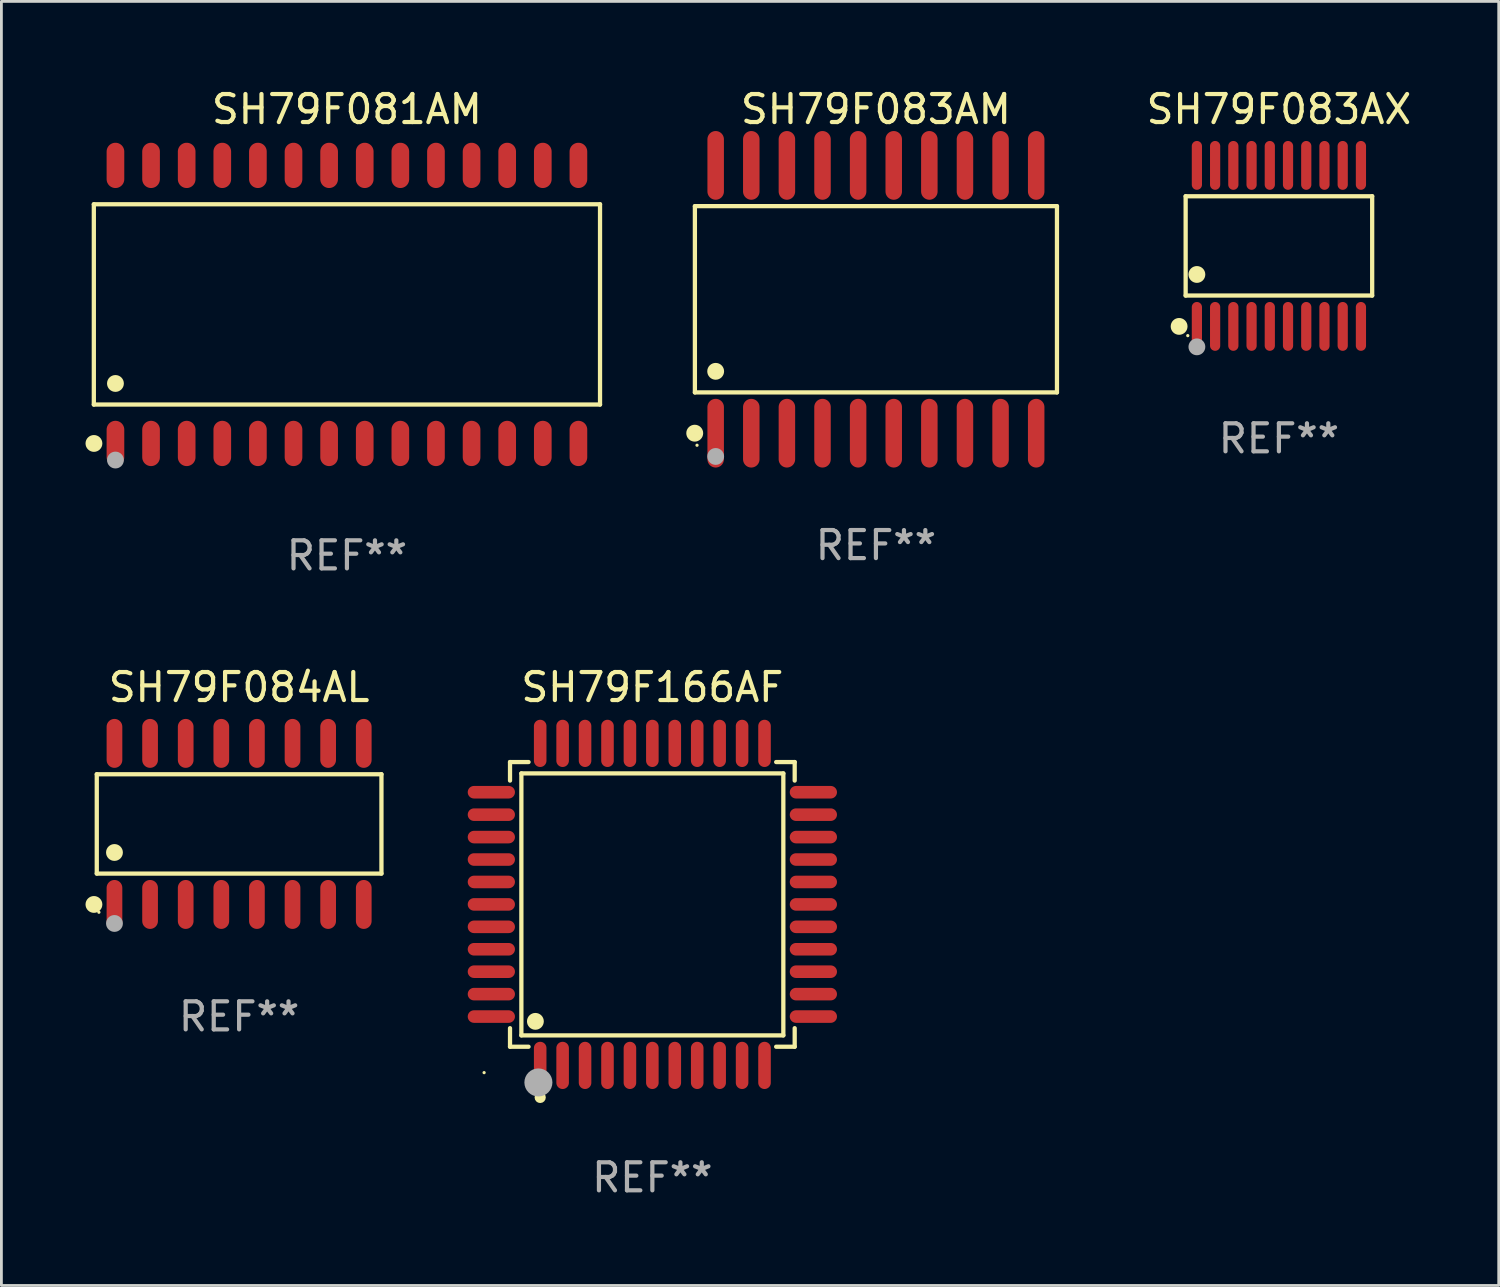
<source format=kicad_pcb>
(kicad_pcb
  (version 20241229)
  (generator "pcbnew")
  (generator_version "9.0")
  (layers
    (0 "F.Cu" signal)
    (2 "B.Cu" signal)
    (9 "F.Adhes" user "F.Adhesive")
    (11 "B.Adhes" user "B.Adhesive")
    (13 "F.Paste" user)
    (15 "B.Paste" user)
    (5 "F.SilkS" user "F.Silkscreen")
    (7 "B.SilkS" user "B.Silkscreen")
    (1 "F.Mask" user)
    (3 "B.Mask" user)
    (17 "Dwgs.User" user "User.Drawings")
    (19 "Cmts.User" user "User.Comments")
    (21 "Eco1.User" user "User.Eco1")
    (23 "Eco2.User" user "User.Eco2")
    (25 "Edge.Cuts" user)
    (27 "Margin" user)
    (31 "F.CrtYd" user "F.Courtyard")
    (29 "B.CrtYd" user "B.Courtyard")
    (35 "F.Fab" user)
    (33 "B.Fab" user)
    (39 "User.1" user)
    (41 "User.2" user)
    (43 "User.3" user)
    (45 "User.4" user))
  (footprint "SH79F081AM"
    (layer "F.Cu")
    (at 9.322 7.806)
    (property "Reference" "SH79F081AM" (at 0 -6.958 0) (layer "F.SilkS") (effects (font (size 1 1) (thickness 0.15))))
    (attr through_hole)
    (fp_line (start -9.026 -3.571) (end 9.026 -3.571) (stroke (width 0.152) (type solid)) (layer "F.SilkS"))
    (fp_line (start -9.026 3.571) (end -9.026 -3.571) (stroke (width 0.152) (type solid)) (layer "F.SilkS"))
    (fp_line (start 9.026 -3.571) (end 9.026 3.571) (stroke (width 0.152) (type solid)) (layer "F.SilkS"))
    (fp_line (start 9.026 3.571) (end -9.026 3.571) (stroke (width 0.152) (type solid)) (layer "F.SilkS"))
    (fp_circle (center -9.022 4.958) (end -8.872 4.958) (stroke (width 0.3) (type solid)) (fill no) (layer "F.SilkS"))
    (fp_circle (center -8.95 5.15) (end -8.92 5.15) (stroke (width 0.06) (type solid)) (fill no) (layer "F.SilkS"))
    (fp_circle (center -8.255 2.819) (end -8.105 2.819) (stroke (width 0.3) (type solid)) (fill no) (layer "F.SilkS"))
    (fp_circle (center -8.255 5.55) (end -8.105 5.55) (stroke (width 0.3) (type solid)) (fill no) (layer "F.Fab"))
    (fp_text user "REF**" (at 0 8.958 0) (layer "F.Fab") (effects (font (size 1 1) (thickness 0.15))))
    (pad "1" smd oval (at -8.255 4.958) (size 0.63 1.615) (layers "F.Cu" "F.Mask" "F.Paste"))
    (pad "2" smd oval (at -6.985 4.958) (size 0.63 1.615) (layers "F.Cu" "F.Mask" "F.Paste"))
    (pad "3" smd oval (at -5.715 4.958) (size 0.63 1.615) (layers "F.Cu" "F.Mask" "F.Paste"))
    (pad "4" smd oval (at -4.445 4.958) (size 0.63 1.615) (layers "F.Cu" "F.Mask" "F.Paste"))
    (pad "5" smd oval (at -3.175 4.958) (size 0.63 1.615) (layers "F.Cu" "F.Mask" "F.Paste"))
    (pad "6" smd oval (at -1.905 4.958) (size 0.63 1.615) (layers "F.Cu" "F.Mask" "F.Paste"))
    (pad "7" smd oval (at -0.635 4.958) (size 0.63 1.615) (layers "F.Cu" "F.Mask" "F.Paste"))
    (pad "8" smd oval (at 0.635 4.958) (size 0.63 1.615) (layers "F.Cu" "F.Mask" "F.Paste"))
    (pad "9" smd oval (at 1.905 4.958) (size 0.63 1.615) (layers "F.Cu" "F.Mask" "F.Paste"))
    (pad "10" smd oval (at 3.175 4.958) (size 0.63 1.615) (layers "F.Cu" "F.Mask" "F.Paste"))
    (pad "11" smd oval (at 4.445 4.958) (size 0.63 1.615) (layers "F.Cu" "F.Mask" "F.Paste"))
    (pad "12" smd oval (at 5.715 4.958) (size 0.63 1.615) (layers "F.Cu" "F.Mask" "F.Paste"))
    (pad "13" smd oval (at 6.985 4.958) (size 0.63 1.615) (layers "F.Cu" "F.Mask" "F.Paste"))
    (pad "14" smd oval (at 8.255 4.958) (size 0.63 1.615) (layers "F.Cu" "F.Mask" "F.Paste"))
    (pad "15" smd oval (at 8.255 -4.958) (size 0.63 1.615) (layers "F.Cu" "F.Mask" "F.Paste"))
    (pad "16" smd oval (at 6.985 -4.958) (size 0.63 1.615) (layers "F.Cu" "F.Mask" "F.Paste"))
    (pad "17" smd oval (at 5.715 -4.958) (size 0.63 1.615) (layers "F.Cu" "F.Mask" "F.Paste"))
    (pad "18" smd oval (at 4.445 -4.958) (size 0.63 1.615) (layers "F.Cu" "F.Mask" "F.Paste"))
    (pad "19" smd oval (at 3.175 -4.958) (size 0.63 1.615) (layers "F.Cu" "F.Mask" "F.Paste"))
    (pad "20" smd oval (at 1.905 -4.958) (size 0.63 1.615) (layers "F.Cu" "F.Mask" "F.Paste"))
    (pad "21" smd oval (at 0.635 -4.958) (size 0.63 1.615) (layers "F.Cu" "F.Mask" "F.Paste"))
    (pad "22" smd oval (at -0.635 -4.958) (size 0.63 1.615) (layers "F.Cu" "F.Mask" "F.Paste"))
    (pad "23" smd oval (at -1.905 -4.958) (size 0.63 1.615) (layers "F.Cu" "F.Mask" "F.Paste"))
    (pad "24" smd oval (at -3.175 -4.958) (size 0.63 1.615) (layers "F.Cu" "F.Mask" "F.Paste"))
    (pad "25" smd oval (at -4.445 -4.958) (size 0.63 1.615) (layers "F.Cu" "F.Mask" "F.Paste"))
    (pad "26" smd oval (at -5.715 -4.958) (size 0.63 1.615) (layers "F.Cu" "F.Mask" "F.Paste"))
    (pad "27" smd oval (at -6.985 -4.958) (size 0.63 1.615) (layers "F.Cu" "F.Mask" "F.Paste"))
    (pad "28" smd oval (at -8.255 -4.958) (size 0.63 1.615) (layers "F.Cu" "F.Mask" "F.Paste")))
  (footprint "SH79F083AM"
    (layer "F.Cu")
    (at 28.187 7.623)
    (property "Reference" "SH79F083AM" (at 0 -6.775 0) (layer "F.SilkS") (effects (font (size 1 1) (thickness 0.15))))
    (attr through_hole)
    (fp_line (start -6.456 -3.321) (end 6.456 -3.321) (stroke (width 0.152) (type solid)) (layer "F.SilkS"))
    (fp_line (start -6.456 3.321) (end -6.456 -3.321) (stroke (width 0.152) (type solid)) (layer "F.SilkS"))
    (fp_line (start 6.456 -3.321) (end 6.456 3.321) (stroke (width 0.152) (type solid)) (layer "F.SilkS"))
    (fp_line (start 6.456 3.321) (end -6.456 3.321) (stroke (width 0.152) (type solid)) (layer "F.SilkS"))
    (fp_circle (center -6.462 4.775) (end -6.311 4.775) (stroke (width 0.3) (type solid)) (fill no) (layer "F.SilkS"))
    (fp_circle (center -6.38 5.205) (end -6.35 5.205) (stroke (width 0.06) (type solid)) (fill no) (layer "F.SilkS"))
    (fp_circle (center -5.715 2.569) (end -5.565 2.569) (stroke (width 0.3) (type solid)) (fill no) (layer "F.SilkS"))
    (fp_circle (center -5.715 5.605) (end -5.565 5.605) (stroke (width 0.3) (type solid)) (fill no) (layer "F.Fab"))
    (fp_text user "REF**" (at 0 8.775 0) (layer "F.Fab") (effects (font (size 1 1) (thickness 0.15))))
    (pad "1" smd oval (at -5.715 4.775) (size 0.588 2.45) (layers "F.Cu" "F.Mask" "F.Paste"))
    (pad "2" smd oval (at -4.445 4.775) (size 0.588 2.45) (layers "F.Cu" "F.Mask" "F.Paste"))
    (pad "3" smd oval (at -3.175 4.775) (size 0.588 2.45) (layers "F.Cu" "F.Mask" "F.Paste"))
    (pad "4" smd oval (at -1.905 4.775) (size 0.588 2.45) (layers "F.Cu" "F.Mask" "F.Paste"))
    (pad "5" smd oval (at -0.635 4.775) (size 0.588 2.45) (layers "F.Cu" "F.Mask" "F.Paste"))
    (pad "6" smd oval (at 0.635 4.775) (size 0.588 2.45) (layers "F.Cu" "F.Mask" "F.Paste"))
    (pad "7" smd oval (at 1.905 4.775) (size 0.588 2.45) (layers "F.Cu" "F.Mask" "F.Paste"))
    (pad "8" smd oval (at 3.175 4.775) (size 0.588 2.45) (layers "F.Cu" "F.Mask" "F.Paste"))
    (pad "9" smd oval (at 4.445 4.775) (size 0.588 2.45) (layers "F.Cu" "F.Mask" "F.Paste"))
    (pad "10" smd oval (at 5.715 4.775) (size 0.588 2.45) (layers "F.Cu" "F.Mask" "F.Paste"))
    (pad "11" smd oval (at 5.715 -4.775) (size 0.588 2.45) (layers "F.Cu" "F.Mask" "F.Paste"))
    (pad "12" smd oval (at 4.445 -4.775) (size 0.588 2.45) (layers "F.Cu" "F.Mask" "F.Paste"))
    (pad "13" smd oval (at 3.175 -4.775) (size 0.588 2.45) (layers "F.Cu" "F.Mask" "F.Paste"))
    (pad "14" smd oval (at 1.905 -4.775) (size 0.588 2.45) (layers "F.Cu" "F.Mask" "F.Paste"))
    (pad "15" smd oval (at 0.635 -4.775) (size 0.588 2.45) (layers "F.Cu" "F.Mask" "F.Paste"))
    (pad "16" smd oval (at -0.635 -4.775) (size 0.588 2.45) (layers "F.Cu" "F.Mask" "F.Paste"))
    (pad "17" smd oval (at -1.905 -4.775) (size 0.588 2.45) (layers "F.Cu" "F.Mask" "F.Paste"))
    (pad "18" smd oval (at -3.175 -4.775) (size 0.588 2.45) (layers "F.Cu" "F.Mask" "F.Paste"))
    (pad "19" smd oval (at -4.445 -4.775) (size 0.588 2.45) (layers "F.Cu" "F.Mask" "F.Paste"))
    (pad "20" smd oval (at -5.715 -4.775) (size 0.588 2.45) (layers "F.Cu" "F.Mask" "F.Paste")))
  (footprint "SH79F083AX"
    (layer "F.Cu")
    (at 42.558 5.719)
    (property "Reference" "SH79F083AX" (at 0 -4.871 0) (layer "F.SilkS") (effects (font (size 1 1) (thickness 0.15))))
    (attr through_hole)
    (fp_line (start -3.326 -1.771) (end 3.326 -1.771) (stroke (width 0.152) (type solid)) (layer "F.SilkS"))
    (fp_line (start -3.326 1.771) (end -3.326 -1.771) (stroke (width 0.152) (type solid)) (layer "F.SilkS"))
    (fp_line (start 3.326 -1.771) (end 3.326 1.771) (stroke (width 0.152) (type solid)) (layer "F.SilkS"))
    (fp_line (start 3.326 1.771) (end -3.326 1.771) (stroke (width 0.152) (type solid)) (layer "F.SilkS"))
    (fp_circle (center -3.559 2.871) (end -3.409 2.871) (stroke (width 0.3) (type solid)) (fill no) (layer "F.SilkS"))
    (fp_circle (center -3.25 3.2) (end -3.22 3.2) (stroke (width 0.06) (type solid)) (fill no) (layer "F.SilkS"))
    (fp_circle (center -2.925 1.019) (end -2.775 1.019) (stroke (width 0.3) (type solid)) (fill no) (layer "F.SilkS"))
    (fp_circle (center -2.925 3.6) (end -2.775 3.6) (stroke (width 0.3) (type solid)) (fill no) (layer "F.Fab"))
    (fp_text user "REF**" (at 0 6.871 0) (layer "F.Fab") (effects (font (size 1 1) (thickness 0.15))))
    (pad "1" smd oval (at -2.925 2.871) (size 0.364 1.742) (layers "F.Cu" "F.Mask" "F.Paste"))
    (pad "2" smd oval (at -2.275 2.871) (size 0.364 1.742) (layers "F.Cu" "F.Mask" "F.Paste"))
    (pad "3" smd oval (at -1.625 2.871) (size 0.364 1.742) (layers "F.Cu" "F.Mask" "F.Paste"))
    (pad "4" smd oval (at -0.975 2.871) (size 0.364 1.742) (layers "F.Cu" "F.Mask" "F.Paste"))
    (pad "5" smd oval (at -0.325 2.871) (size 0.364 1.742) (layers "F.Cu" "F.Mask" "F.Paste"))
    (pad "6" smd oval (at 0.325 2.871) (size 0.364 1.742) (layers "F.Cu" "F.Mask" "F.Paste"))
    (pad "7" smd oval (at 0.975 2.871) (size 0.364 1.742) (layers "F.Cu" "F.Mask" "F.Paste"))
    (pad "8" smd oval (at 1.625 2.871) (size 0.364 1.742) (layers "F.Cu" "F.Mask" "F.Paste"))
    (pad "9" smd oval (at 2.275 2.871) (size 0.364 1.742) (layers "F.Cu" "F.Mask" "F.Paste"))
    (pad "10" smd oval (at 2.925 2.871) (size 0.364 1.742) (layers "F.Cu" "F.Mask" "F.Paste"))
    (pad "11" smd oval (at 2.925 -2.871) (size 0.364 1.742) (layers "F.Cu" "F.Mask" "F.Paste"))
    (pad "12" smd oval (at 2.275 -2.871) (size 0.364 1.742) (layers "F.Cu" "F.Mask" "F.Paste"))
    (pad "13" smd oval (at 1.625 -2.871) (size 0.364 1.742) (layers "F.Cu" "F.Mask" "F.Paste"))
    (pad "14" smd oval (at 0.975 -2.871) (size 0.364 1.742) (layers "F.Cu" "F.Mask" "F.Paste"))
    (pad "15" smd oval (at 0.325 -2.871) (size 0.364 1.742) (layers "F.Cu" "F.Mask" "F.Paste"))
    (pad "16" smd oval (at -0.325 -2.871) (size 0.364 1.742) (layers "F.Cu" "F.Mask" "F.Paste"))
    (pad "17" smd oval (at -0.975 -2.871) (size 0.364 1.742) (layers "F.Cu" "F.Mask" "F.Paste"))
    (pad "18" smd oval (at -1.625 -2.871) (size 0.364 1.742) (layers "F.Cu" "F.Mask" "F.Paste"))
    (pad "19" smd oval (at -2.275 -2.871) (size 0.364 1.742) (layers "F.Cu" "F.Mask" "F.Paste"))
    (pad "20" smd oval (at -2.925 -2.871) (size 0.364 1.742) (layers "F.Cu" "F.Mask" "F.Paste")))
  (footprint "SH79F084AL"
    (layer "F.Cu")
    (at 5.477 26.332)
    (property "Reference" "SH79F084AL" (at 0 -4.872 0) (layer "F.SilkS") (effects (font (size 1 1) (thickness 0.15))))
    (attr through_hole)
    (fp_line (start -5.076 -1.771) (end 5.076 -1.771) (stroke (width 0.152) (type solid)) (layer "F.SilkS"))
    (fp_line (start -5.076 1.771) (end -5.076 -1.771) (stroke (width 0.152) (type solid)) (layer "F.SilkS"))
    (fp_line (start 5.076 -1.771) (end 5.076 1.771) (stroke (width 0.152) (type solid)) (layer "F.SilkS"))
    (fp_line (start 5.076 1.771) (end -5.076 1.771) (stroke (width 0.152) (type solid)) (layer "F.SilkS"))
    (fp_circle (center -5.177 2.872) (end -5.027 2.872) (stroke (width 0.3) (type solid)) (fill no) (layer "F.SilkS"))
    (fp_circle (center -5 3.15) (end -4.97 3.15) (stroke (width 0.06) (type solid)) (fill no) (layer "F.SilkS"))
    (fp_circle (center -4.445 1.019) (end -4.295 1.019) (stroke (width 0.3) (type solid)) (fill no) (layer "F.SilkS"))
    (fp_circle (center -4.445 3.55) (end -4.295 3.55) (stroke (width 0.3) (type solid)) (fill no) (layer "F.Fab"))
    (fp_text user "REF**" (at 0 6.872 0) (layer "F.Fab") (effects (font (size 1 1) (thickness 0.15))))
    (pad "1" smd oval (at -4.445 2.872) (size 0.56 1.745) (layers "F.Cu" "F.Mask" "F.Paste"))
    (pad "2" smd oval (at -3.175 2.872) (size 0.56 1.745) (layers "F.Cu" "F.Mask" "F.Paste"))
    (pad "3" smd oval (at -1.905 2.872) (size 0.56 1.745) (layers "F.Cu" "F.Mask" "F.Paste"))
    (pad "4" smd oval (at -0.635 2.872) (size 0.56 1.745) (layers "F.Cu" "F.Mask" "F.Paste"))
    (pad "5" smd oval (at 0.635 2.872) (size 0.56 1.745) (layers "F.Cu" "F.Mask" "F.Paste"))
    (pad "6" smd oval (at 1.905 2.872) (size 0.56 1.745) (layers "F.Cu" "F.Mask" "F.Paste"))
    (pad "7" smd oval (at 3.175 2.872) (size 0.56 1.745) (layers "F.Cu" "F.Mask" "F.Paste"))
    (pad "8" smd oval (at 4.445 2.872) (size 0.56 1.745) (layers "F.Cu" "F.Mask" "F.Paste"))
    (pad "9" smd oval (at 4.445 -2.872) (size 0.56 1.745) (layers "F.Cu" "F.Mask" "F.Paste"))
    (pad "10" smd oval (at 3.175 -2.872) (size 0.56 1.745) (layers "F.Cu" "F.Mask" "F.Paste"))
    (pad "11" smd oval (at 1.905 -2.872) (size 0.56 1.745) (layers "F.Cu" "F.Mask" "F.Paste"))
    (pad "12" smd oval (at 0.635 -2.872) (size 0.56 1.745) (layers "F.Cu" "F.Mask" "F.Paste"))
    (pad "13" smd oval (at -0.635 -2.872) (size 0.56 1.745) (layers "F.Cu" "F.Mask" "F.Paste"))
    (pad "14" smd oval (at -1.905 -2.872) (size 0.56 1.745) (layers "F.Cu" "F.Mask" "F.Paste"))
    (pad "15" smd oval (at -3.175 -2.872) (size 0.56 1.745) (layers "F.Cu" "F.Mask" "F.Paste"))
    (pad "16" smd oval (at -4.445 -2.872) (size 0.56 1.745) (layers "F.Cu" "F.Mask" "F.Paste")))
  (footprint "SH79F166AF"
    (layer "F.Cu")
    (at 20.214 29.202)
    (property "Reference" "SH79F166AF" (at 0 -7.742 0) (layer "F.SilkS") (effects (font (size 1 1) (thickness 0.15))))
    (attr through_hole)
    (fp_line (start -5.076 -5.076) (end -4.415 -5.076) (stroke (width 0.152) (type solid)) (layer "F.SilkS"))
    (fp_line (start -5.076 -4.415) (end -5.076 -5.076) (stroke (width 0.152) (type solid)) (layer "F.SilkS"))
    (fp_line (start -5.076 4.415) (end -5.076 5.076) (stroke (width 0.152) (type solid)) (layer "F.SilkS"))
    (fp_line (start -5.076 5.076) (end -4.415 5.076) (stroke (width 0.152) (type solid)) (layer "F.SilkS"))
    (fp_line (start -4.671 -4.671) (end 4.671 -4.671) (stroke (width 0.152) (type solid)) (layer "F.SilkS"))
    (fp_line (start -4.671 4.671) (end -4.671 -4.671) (stroke (width 0.152) (type solid)) (layer "F.SilkS"))
    (fp_line (start 4.671 -4.671) (end 4.671 4.671) (stroke (width 0.152) (type solid)) (layer "F.SilkS"))
    (fp_line (start 4.671 4.671) (end -4.671 4.671) (stroke (width 0.152) (type solid)) (layer "F.SilkS"))
    (fp_line (start 5.076 -5.076) (end 4.415 -5.076) (stroke (width 0.152) (type solid)) (layer "F.SilkS"))
    (fp_line (start 5.076 -4.415) (end 5.076 -5.076) (stroke (width 0.152) (type solid)) (layer "F.SilkS"))
    (fp_line (start 5.076 4.415) (end 5.076 5.076) (stroke (width 0.152) (type solid)) (layer "F.SilkS"))
    (fp_line (start 5.076 5.076) (end 4.415 5.076) (stroke (width 0.152) (type solid)) (layer "F.SilkS"))
    (fp_circle (center -6 6) (end -5.97 6) (stroke (width 0.06) (type solid)) (fill no) (layer "F.SilkS"))
    (fp_circle (center -4.171 4.171) (end -4.021 4.171) (stroke (width 0.3) (type solid)) (fill no) (layer "F.SilkS"))
    (fp_circle (center -4 6.884) (end -3.9 6.884) (stroke (width 0.2) (type solid)) (fill no) (layer "F.SilkS"))
    (fp_circle (center -4.064 6.35) (end -3.814 6.35) (stroke (width 0.5) (type solid)) (fill no) (layer "F.Fab"))
    (fp_text user "REF**" (at 0 9.742 0) (layer "F.Fab") (effects (font (size 1 1) (thickness 0.15))))
    (pad "1" smd oval (at -4 5.742) (size 0.448 1.684) (layers "F.Cu" "F.Mask" "F.Paste"))
    (pad "2" smd oval (at -3.2 5.742) (size 0.448 1.684) (layers "F.Cu" "F.Mask" "F.Paste"))
    (pad "3" smd oval (at -2.4 5.742) (size 0.448 1.684) (layers "F.Cu" "F.Mask" "F.Paste"))
    (pad "4" smd oval (at -1.6 5.742) (size 0.448 1.684) (layers "F.Cu" "F.Mask" "F.Paste"))
    (pad "5" smd oval (at -0.8 5.742) (size 0.448 1.684) (layers "F.Cu" "F.Mask" "F.Paste"))
    (pad "6" smd oval (at 0 5.742) (size 0.448 1.684) (layers "F.Cu" "F.Mask" "F.Paste"))
    (pad "7" smd oval (at 0.8 5.742) (size 0.448 1.684) (layers "F.Cu" "F.Mask" "F.Paste"))
    (pad "8" smd oval (at 1.6 5.742) (size 0.448 1.684) (layers "F.Cu" "F.Mask" "F.Paste"))
    (pad "9" smd oval (at 2.4 5.742) (size 0.448 1.684) (layers "F.Cu" "F.Mask" "F.Paste"))
    (pad "10" smd oval (at 3.2 5.742) (size 0.448 1.684) (layers "F.Cu" "F.Mask" "F.Paste"))
    (pad "11" smd oval (at 4 5.742) (size 0.448 1.684) (layers "F.Cu" "F.Mask" "F.Paste"))
    (pad "12" smd oval (at 5.742 4) (size 1.684 0.448) (layers "F.Cu" "F.Mask" "F.Paste"))
    (pad "13" smd oval (at 5.742 3.2) (size 1.684 0.448) (layers "F.Cu" "F.Mask" "F.Paste"))
    (pad "14" smd oval (at 5.742 2.4) (size 1.684 0.448) (layers "F.Cu" "F.Mask" "F.Paste"))
    (pad "15" smd oval (at 5.742 1.6) (size 1.684 0.448) (layers "F.Cu" "F.Mask" "F.Paste"))
    (pad "16" smd oval (at 5.742 0.8) (size 1.684 0.448) (layers "F.Cu" "F.Mask" "F.Paste"))
    (pad "17" smd oval (at 5.742 0) (size 1.684 0.448) (layers "F.Cu" "F.Mask" "F.Paste"))
    (pad "18" smd oval (at 5.742 -0.8) (size 1.684 0.448) (layers "F.Cu" "F.Mask" "F.Paste"))
    (pad "19" smd oval (at 5.742 -1.6) (size 1.684 0.448) (layers "F.Cu" "F.Mask" "F.Paste"))
    (pad "20" smd oval (at 5.742 -2.4) (size 1.684 0.448) (layers "F.Cu" "F.Mask" "F.Paste"))
    (pad "21" smd oval (at 5.742 -3.2) (size 1.684 0.448) (layers "F.Cu" "F.Mask" "F.Paste"))
    (pad "22" smd oval (at 5.742 -4) (size 1.684 0.448) (layers "F.Cu" "F.Mask" "F.Paste"))
    (pad "23" smd oval (at 4 -5.742) (size 0.448 1.684) (layers "F.Cu" "F.Mask" "F.Paste"))
    (pad "24" smd oval (at 3.2 -5.742) (size 0.448 1.684) (layers "F.Cu" "F.Mask" "F.Paste"))
    (pad "25" smd oval (at 2.4 -5.742) (size 0.448 1.684) (layers "F.Cu" "F.Mask" "F.Paste"))
    (pad "26" smd oval (at 1.6 -5.742) (size 0.448 1.684) (layers "F.Cu" "F.Mask" "F.Paste"))
    (pad "27" smd oval (at 0.8 -5.742) (size 0.448 1.684) (layers "F.Cu" "F.Mask" "F.Paste"))
    (pad "28" smd oval (at 0 -5.742) (size 0.448 1.684) (layers "F.Cu" "F.Mask" "F.Paste"))
    (pad "29" smd oval (at -0.8 -5.742) (size 0.448 1.684) (layers "F.Cu" "F.Mask" "F.Paste"))
    (pad "30" smd oval (at -1.6 -5.742) (size 0.448 1.684) (layers "F.Cu" "F.Mask" "F.Paste"))
    (pad "31" smd oval (at -2.4 -5.742) (size 0.448 1.684) (layers "F.Cu" "F.Mask" "F.Paste"))
    (pad "32" smd oval (at -3.2 -5.742) (size 0.448 1.684) (layers "F.Cu" "F.Mask" "F.Paste"))
    (pad "33" smd oval (at -4 -5.742) (size 0.448 1.684) (layers "F.Cu" "F.Mask" "F.Paste"))
    (pad "34" smd oval (at -5.742 -4) (size 1.684 0.448) (layers "F.Cu" "F.Mask" "F.Paste"))
    (pad "35" smd oval (at -5.742 -3.2) (size 1.684 0.448) (layers "F.Cu" "F.Mask" "F.Paste"))
    (pad "36" smd oval (at -5.742 -2.4) (size 1.684 0.448) (layers "F.Cu" "F.Mask" "F.Paste"))
    (pad "37" smd oval (at -5.742 -1.6) (size 1.684 0.448) (layers "F.Cu" "F.Mask" "F.Paste"))
    (pad "38" smd oval (at -5.742 -0.8) (size 1.684 0.448) (layers "F.Cu" "F.Mask" "F.Paste"))
    (pad "39" smd oval (at -5.742 0) (size 1.684 0.448) (layers "F.Cu" "F.Mask" "F.Paste"))
    (pad "40" smd oval (at -5.742 0.8) (size 1.684 0.448) (layers "F.Cu" "F.Mask" "F.Paste"))
    (pad "41" smd oval (at -5.742 1.6) (size 1.684 0.448) (layers "F.Cu" "F.Mask" "F.Paste"))
    (pad "42" smd oval (at -5.742 2.4) (size 1.684 0.448) (layers "F.Cu" "F.Mask" "F.Paste"))
    (pad "43" smd oval (at -5.742 3.2) (size 1.684 0.448) (layers "F.Cu" "F.Mask" "F.Paste"))
    (pad "44" smd oval (at -5.742 4) (size 1.684 0.448) (layers "F.Cu" "F.Mask" "F.Paste")))
  (gr_rect
    (start -3 -3)
    (end 50.397 42.792)
    (stroke (width 0.1) (type default))
    (fill no)
    (layer "Edge.Cuts")))
</source>
